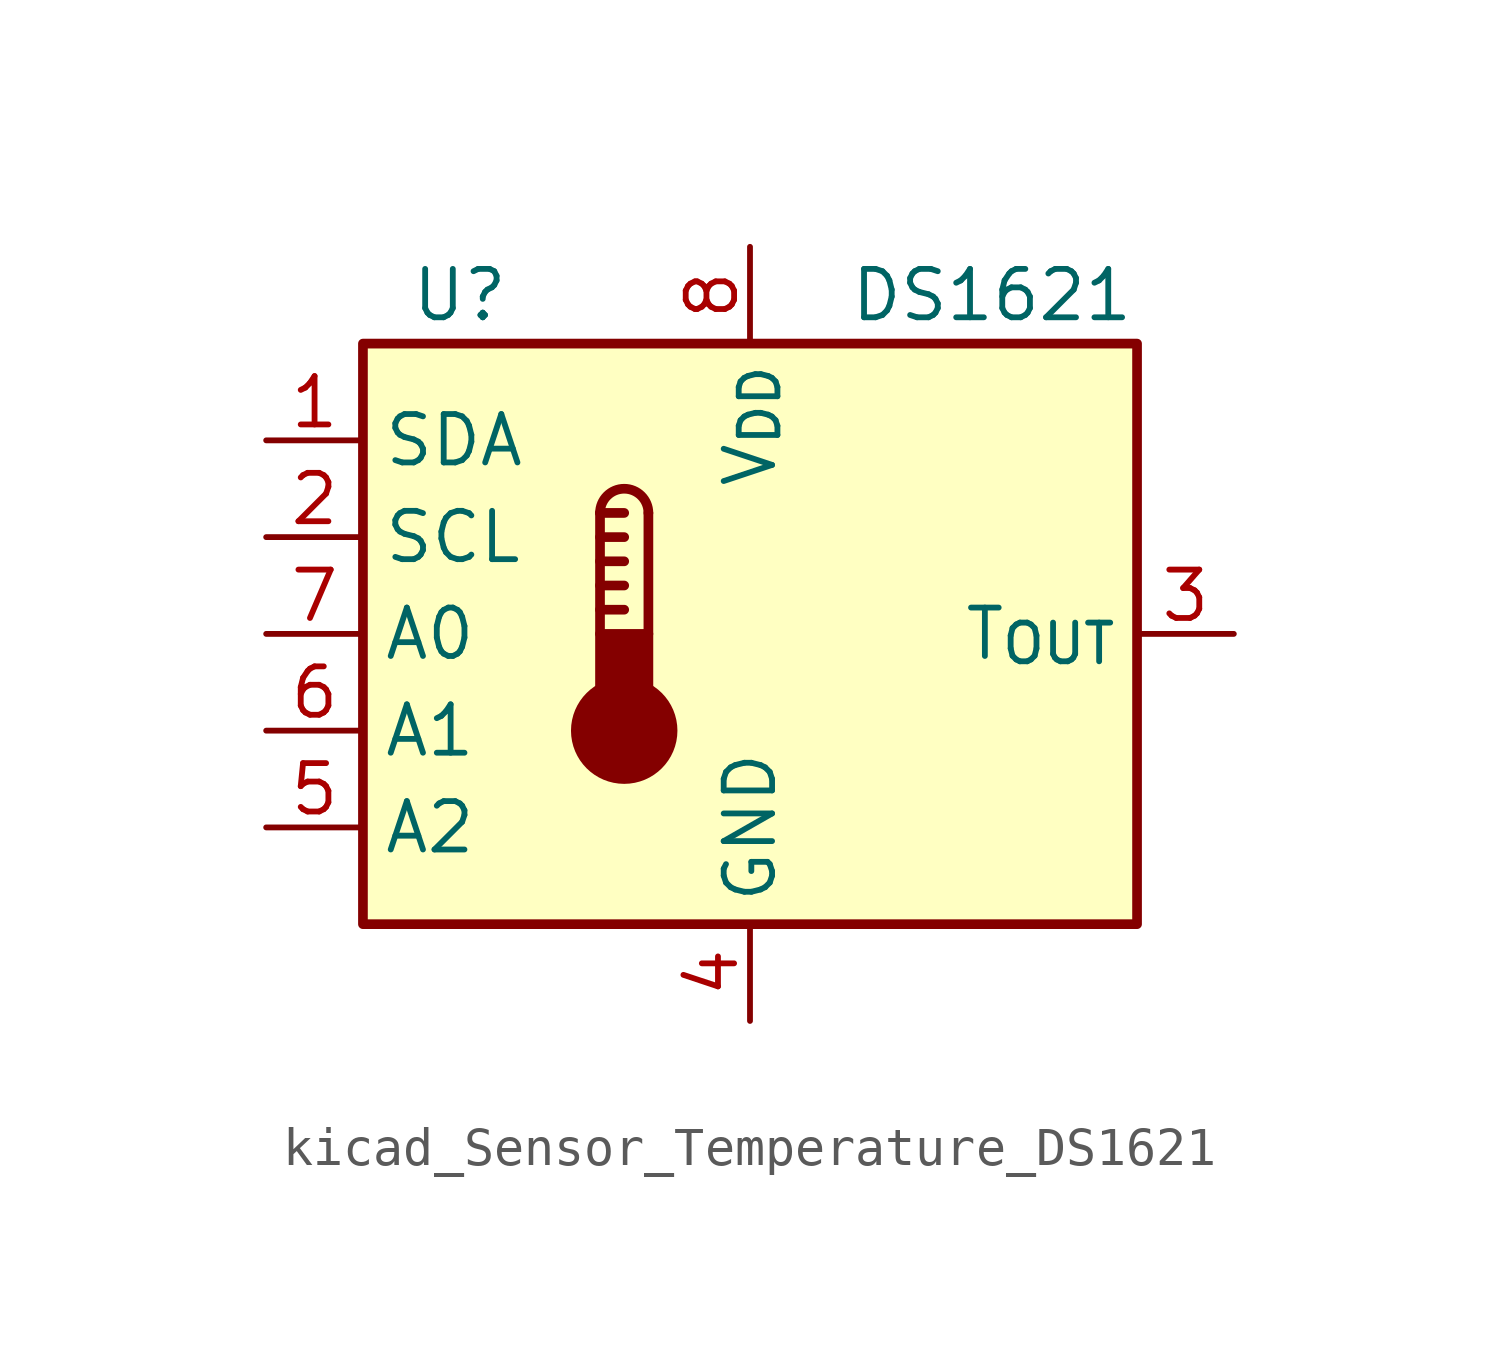
<source format=kicad_sym>
(kicad_symbol_lib
  (version 20220914)
  (generator kicad_symbol_editor)
  (symbol "kicad_Sensor_Temperature_DS1621"
    (property "Reference" "U"
      (at -7.62 8.89 0)
      (effects (font (size 1.27 1.27))))
    (property "Value" "DS1621"
      (at 6.35 8.89 0)
      (effects (font (size 1.27 1.27))))
    (symbol "kicad_Sensor_Temperature_DS1621_0_1"
      (rectangle (start -10.16 7.62) (end 10.16 -7.62) (stroke (width 0.254) (type default)) (fill (type background)))
      (circle (center -3.302 -2.54) (radius 1.27) (stroke (width 0.254) (type default)) (fill (type outline)))
      (rectangle (start -2.667 -1.905) (end -3.937 0) (stroke (width 0.254) (type default)) (fill (type outline)))
      (arc (start -2.667 3.175) (mid -3.302 3.8073) (end -3.937 3.175) (stroke (width 0.254) (type default)) (fill (type none)))
      (polyline (pts (xy -3.937 0.635) (xy -3.302 0.635)) (stroke (width 0.254) (type default)) (fill (type none)))
      (polyline (pts (xy -3.937 1.27) (xy -3.302 1.27)) (stroke (width 0.254) (type default)) (fill (type none)))
      (polyline (pts (xy -3.937 1.905) (xy -3.302 1.905)) (stroke (width 0.254) (type default)) (fill (type none)))
      (polyline (pts (xy -3.937 2.54) (xy -3.302 2.54)) (stroke (width 0.254) (type default)) (fill (type none)))
      (polyline (pts (xy -3.937 3.175) (xy -3.937 0)) (stroke (width 0.254) (type default)) (fill (type none)))
      (polyline (pts (xy -3.937 3.175) (xy -3.302 3.175)) (stroke (width 0.254) (type default)) (fill (type none)))
      (polyline (pts (xy -2.667 3.175) (xy -2.667 0)) (stroke (width 0.254) (type default)) (fill (type none))))
    (symbol "kicad_Sensor_Temperature_DS1621_1_1"
      (pin bidirectional line (at -12.7 5.08 0) (length 2.54) (name "SDA" (effects (font (size 1.27 1.27)))) (number "1" (effects (font (size 1.27 1.27)))))
      (pin input line (at -12.7 2.54 0) (length 2.54) (name "SCL" (effects (font (size 1.27 1.27)))) (number "2" (effects (font (size 1.27 1.27)))))
      (pin output line (at 12.7 0 180) (length 2.54) (name "T_{OUT}" (effects (font (size 1.27 1.27)))) (number "3" (effects (font (size 1.27 1.27)))))
      (pin power_in line (at 0 -10.16 90) (length 2.54) (name "GND" (effects (font (size 1.27 1.27)))) (number "4" (effects (font (size 1.27 1.27)))))
      (pin input line (at -12.7 -5.08 0) (length 2.54) (name "A2" (effects (font (size 1.27 1.27)))) (number "5" (effects (font (size 1.27 1.27)))))
      (pin input line (at -12.7 -2.54 0) (length 2.54) (name "A1" (effects (font (size 1.27 1.27)))) (number "6" (effects (font (size 1.27 1.27)))))
      (pin input line (at -12.7 0 0) (length 2.54) (name "A0" (effects (font (size 1.27 1.27)))) (number "7" (effects (font (size 1.27 1.27)))))
      (pin power_in line (at 0 10.16 270) (length 2.54) (name "V_{DD}" (effects (font (size 1.27 1.27)))) (number "8" (effects (font (size 1.27 1.27))))))))
</source>
